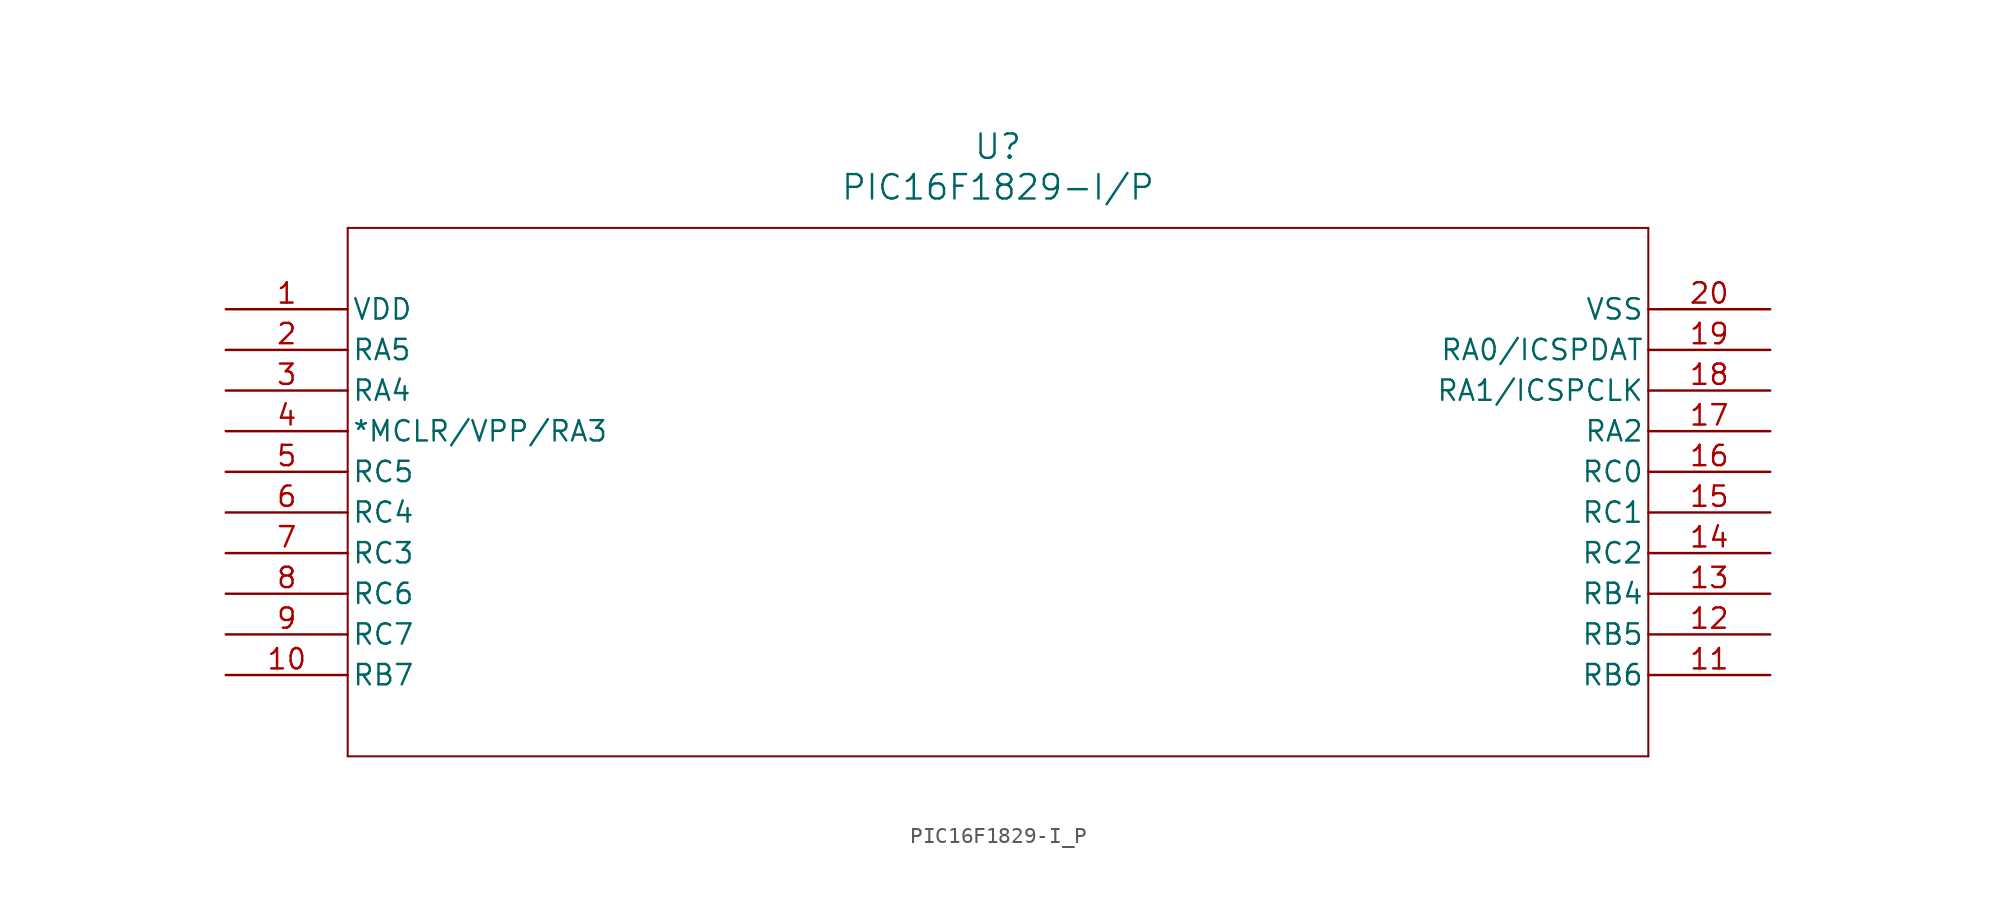
<source format=kicad_sym>
(kicad_symbol_lib
  (version 20211014)
  (generator kicad_symbol_editor)
  (symbol "PIC16F1829-I_P"
    (pin_names
      (offset 0.254))
    (property "Reference" "U"
      (at 48.26 10.16 0)
      (effects (font (size 1.524 1.524))))
    (property "Value" "PIC16F1829-I/P"
      (at 48.26 7.62 0)
      (effects (font (size 1.524 1.524))))
    (symbol "PIC16F1829-I_P_0_1"
      (polyline (pts (xy 7.62 5.08) (xy 7.62 -27.94)) (stroke (width 0.127) (type default) (color 0 0 0 0)) (fill (type none)))
      (polyline (pts (xy 7.62 -27.94) (xy 88.9 -27.94)) (stroke (width 0.127) (type default) (color 0 0 0 0)) (fill (type none)))
      (polyline (pts (xy 88.9 -27.94) (xy 88.9 5.08)) (stroke (width 0.127) (type default) (color 0 0 0 0)) (fill (type none)))
      (polyline (pts (xy 88.9 5.08) (xy 7.62 5.08)) (stroke (width 0.127) (type default) (color 0 0 0 0)) (fill (type none)))
      (pin power_in line (at 0 0 0) (length 7.62) (name "VDD" (effects (font (size 1.27 1.27)))) (number "1" (effects (font (size 1.27 1.27)))))
      (pin bidirectional line (at 0 -2.54 0) (length 7.62) (name "RA5" (effects (font (size 1.27 1.27)))) (number "2" (effects (font (size 1.27 1.27)))))
      (pin bidirectional line (at 0 -5.08 0) (length 7.62) (name "RA4" (effects (font (size 1.27 1.27)))) (number "3" (effects (font (size 1.27 1.27)))))
      (pin bidirectional line (at 0 -7.62 0) (length 7.62) (name "*MCLR/VPP/RA3" (effects (font (size 1.27 1.27)))) (number "4" (effects (font (size 1.27 1.27)))))
      (pin bidirectional line (at 0 -10.16 0) (length 7.62) (name "RC5" (effects (font (size 1.27 1.27)))) (number "5" (effects (font (size 1.27 1.27)))))
      (pin bidirectional line (at 0 -12.7 0) (length 7.62) (name "RC4" (effects (font (size 1.27 1.27)))) (number "6" (effects (font (size 1.27 1.27)))))
      (pin bidirectional line (at 0 -15.24 0) (length 7.62) (name "RC3" (effects (font (size 1.27 1.27)))) (number "7" (effects (font (size 1.27 1.27)))))
      (pin bidirectional line (at 0 -17.78 0) (length 7.62) (name "RC6" (effects (font (size 1.27 1.27)))) (number "8" (effects (font (size 1.27 1.27)))))
      (pin bidirectional line (at 0 -20.32 0) (length 7.62) (name "RC7" (effects (font (size 1.27 1.27)))) (number "9" (effects (font (size 1.27 1.27)))))
      (pin bidirectional line (at 0 -22.86 0) (length 7.62) (name "RB7" (effects (font (size 1.27 1.27)))) (number "10" (effects (font (size 1.27 1.27)))))
      (pin bidirectional line (at 96.52 -22.86 180) (length 7.62) (name "RB6" (effects (font (size 1.27 1.27)))) (number "11" (effects (font (size 1.27 1.27)))))
      (pin bidirectional line (at 96.52 -20.32 180) (length 7.62) (name "RB5" (effects (font (size 1.27 1.27)))) (number "12" (effects (font (size 1.27 1.27)))))
      (pin bidirectional line (at 96.52 -17.78 180) (length 7.62) (name "RB4" (effects (font (size 1.27 1.27)))) (number "13" (effects (font (size 1.27 1.27)))))
      (pin bidirectional line (at 96.52 -15.24 180) (length 7.62) (name "RC2" (effects (font (size 1.27 1.27)))) (number "14" (effects (font (size 1.27 1.27)))))
      (pin bidirectional line (at 96.52 -12.7 180) (length 7.62) (name "RC1" (effects (font (size 1.27 1.27)))) (number "15" (effects (font (size 1.27 1.27)))))
      (pin bidirectional line (at 96.52 -10.16 180) (length 7.62) (name "RC0" (effects (font (size 1.27 1.27)))) (number "16" (effects (font (size 1.27 1.27)))))
      (pin bidirectional line (at 96.52 -7.62 180) (length 7.62) (name "RA2" (effects (font (size 1.27 1.27)))) (number "17" (effects (font (size 1.27 1.27)))))
      (pin bidirectional line (at 96.52 -5.08 180) (length 7.62) (name "RA1/ICSPCLK" (effects (font (size 1.27 1.27)))) (number "18" (effects (font (size 1.27 1.27)))))
      (pin bidirectional line (at 96.52 -2.54 180) (length 7.62) (name "RA0/ICSPDAT" (effects (font (size 1.27 1.27)))) (number "19" (effects (font (size 1.27 1.27)))))
      (pin power_in line (at 96.52 0 180) (length 7.62) (name "VSS" (effects (font (size 1.27 1.27)))) (number "20" (effects (font (size 1.27 1.27))))))))
</source>
